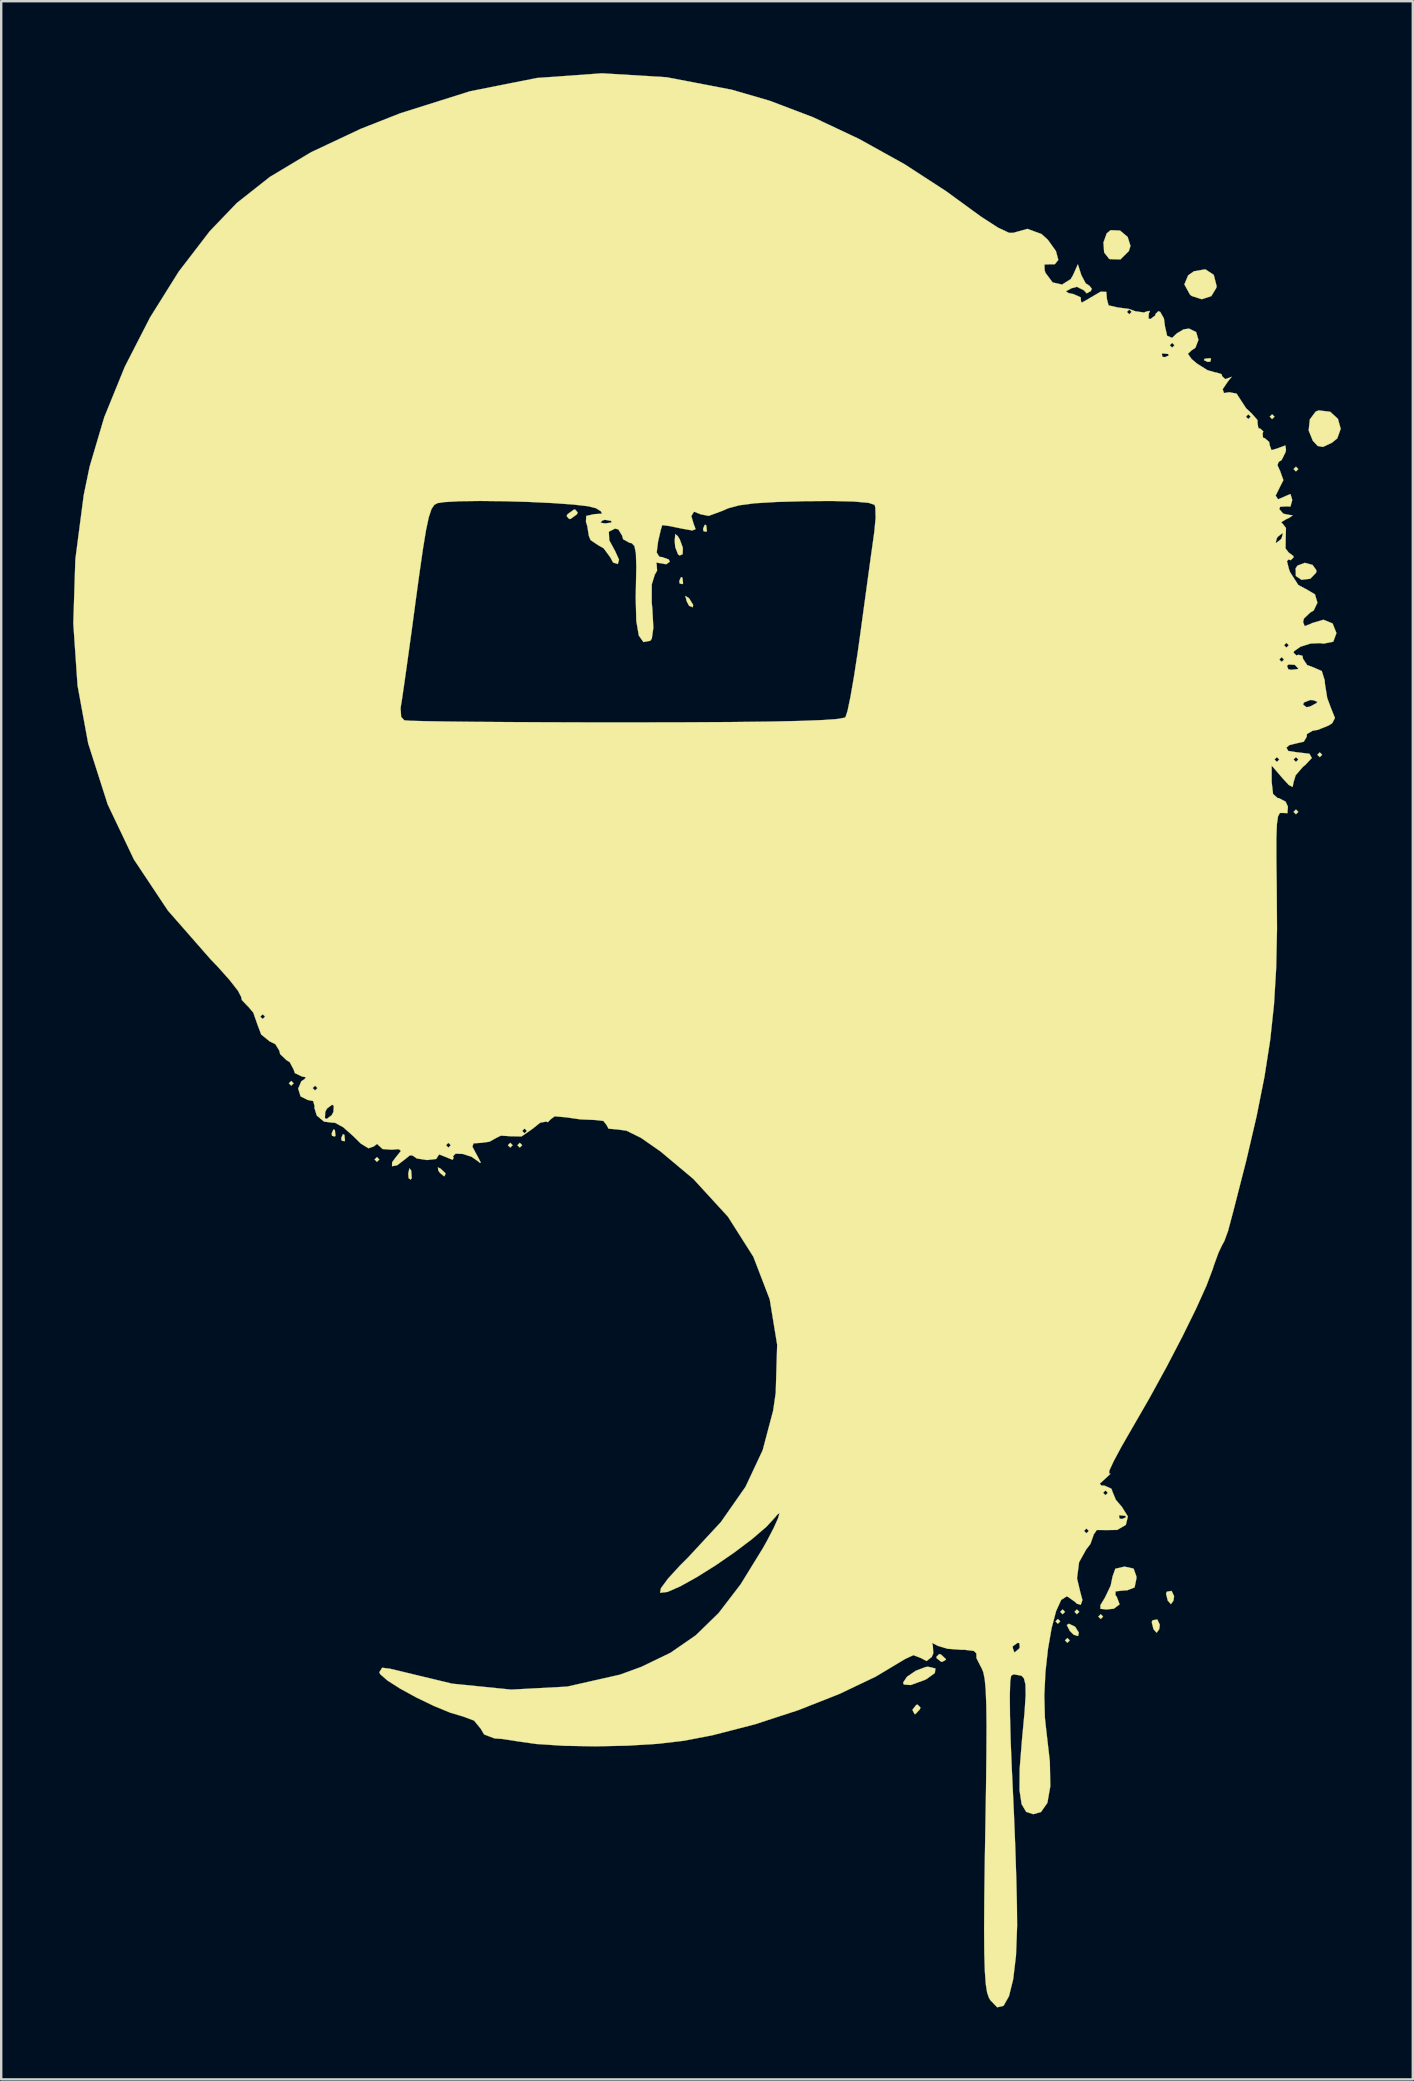
<source format=kicad_pcb>
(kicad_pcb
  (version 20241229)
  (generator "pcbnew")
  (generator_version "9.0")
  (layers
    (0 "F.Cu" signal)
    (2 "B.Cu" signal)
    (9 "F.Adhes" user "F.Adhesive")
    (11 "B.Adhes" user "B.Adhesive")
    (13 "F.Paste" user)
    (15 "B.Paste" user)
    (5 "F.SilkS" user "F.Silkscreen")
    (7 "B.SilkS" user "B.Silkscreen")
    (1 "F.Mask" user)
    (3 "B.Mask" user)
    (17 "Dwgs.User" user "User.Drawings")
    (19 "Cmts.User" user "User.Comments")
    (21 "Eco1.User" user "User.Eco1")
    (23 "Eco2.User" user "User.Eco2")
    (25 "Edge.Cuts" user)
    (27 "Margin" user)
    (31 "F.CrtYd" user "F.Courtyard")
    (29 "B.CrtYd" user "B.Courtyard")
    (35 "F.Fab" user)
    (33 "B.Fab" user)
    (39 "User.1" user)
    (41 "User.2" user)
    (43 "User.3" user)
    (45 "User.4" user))
  (footprint "discord"
    (layer "F.Cu")
    (at 10.774 37.036)
    (property "Reference" "discord" (at 0 0 0) (layer "F.SilkS") (effects (font (size 1.524 1.524) (thickness 0.3))))
    (attr through_hole)
    (fp_poly (pts (xy -1.587 5.06) (xy -1.687 5.159) (xy -1.786 5.06) (xy -1.687 4.961) (xy -1.587 5.06)) (stroke (width 0.01) (type solid)) (fill yes) (layer "F.SilkS"))
    (fp_poly (pts (xy 1.984 8.235) (xy 1.885 8.334) (xy 1.786 8.235) (xy 1.885 8.136) (xy 1.984 8.235)) (stroke (width 0.01) (type solid)) (fill yes) (layer "F.SilkS"))
    (fp_poly (pts (xy 7.541 7.64) (xy 7.441 7.739) (xy 7.342 7.64) (xy 7.441 7.541) (xy 7.541 7.64)) (stroke (width 0.01) (type solid)) (fill yes) (layer "F.SilkS"))
    (fp_poly (pts (xy 7.938 7.64) (xy 7.838 7.739) (xy 7.739 7.64) (xy 7.838 7.541) (xy 7.938 7.64)) (stroke (width 0.01) (type solid)) (fill yes) (layer "F.SilkS"))
    (fp_poly (pts (xy 30.361 27.484) (xy 30.262 27.583) (xy 30.163 27.484) (xy 30.262 27.384) (xy 30.361 27.484)) (stroke (width 0.01) (type solid)) (fill yes) (layer "F.SilkS"))
    (fp_poly (pts (xy 30.559 27.087) (xy 30.46 27.186) (xy 30.361 27.087) (xy 30.46 26.988) (xy 30.559 27.087)) (stroke (width 0.01) (type solid)) (fill yes) (layer "F.SilkS"))
    (fp_poly (pts (xy 30.758 28.277) (xy 30.659 28.377) (xy 30.559 28.277) (xy 30.659 28.178) (xy 30.758 28.277)) (stroke (width 0.01) (type solid)) (fill yes) (layer "F.SilkS"))
    (fp_poly (pts (xy 31.155 27.087) (xy 31.055 27.186) (xy 30.956 27.087) (xy 31.055 26.988) (xy 31.155 27.087)) (stroke (width 0.01) (type solid)) (fill yes) (layer "F.SilkS"))
    (fp_poly (pts (xy 32.147 27.285) (xy 32.048 27.384) (xy 31.948 27.285) (xy 32.048 27.186) (xy 32.147 27.285)) (stroke (width 0.01) (type solid)) (fill yes) (layer "F.SilkS"))
    (fp_poly (pts (xy 39.291 -22.721) (xy 39.191 -22.622) (xy 39.092 -22.721) (xy 39.191 -22.82) (xy 39.291 -22.721)) (stroke (width 0.01) (type solid)) (fill yes) (layer "F.SilkS"))
    (fp_poly (pts (xy 40.283 -20.538) (xy 40.184 -20.439) (xy 40.084 -20.538) (xy 40.184 -20.637) (xy 40.283 -20.538)) (stroke (width 0.01) (type solid)) (fill yes) (layer "F.SilkS"))
    (fp_poly (pts (xy 40.283 -6.251) (xy 40.184 -6.152) (xy 40.084 -6.251) (xy 40.184 -6.35) (xy 40.283 -6.251)) (stroke (width 0.01) (type solid)) (fill yes) (layer "F.SilkS"))
    (fp_poly (pts (xy 41.275 -8.632) (xy 41.176 -8.533) (xy 41.077 -8.632) (xy 41.176 -8.731) (xy 41.275 -8.632)) (stroke (width 0.01) (type solid)) (fill yes) (layer "F.SilkS"))
    (fp_poly (pts (xy 0.132 7.011) (xy 0.156 7.247) (xy 0.132 7.276) (xy 0.014 7.249) (xy 0 7.144) (xy 0.073 6.98) (xy 0.132 7.011)) (stroke (width 0.01) (type solid)) (fill yes) (layer "F.SilkS"))
    (fp_poly (pts (xy 0.529 7.21) (xy 0.553 7.445) (xy 0.529 7.474) (xy 0.411 7.447) (xy 0.397 7.342) (xy 0.469 7.179) (xy 0.529 7.21)) (stroke (width 0.01) (type solid)) (fill yes) (layer "F.SilkS"))
    (fp_poly (pts (xy 3.311 8.694) (xy 3.334 9.004) (xy 3.295 9.074) (xy 3.205 9.015) (xy 3.191 8.814) (xy 3.239 8.602) (xy 3.311 8.694)) (stroke (width 0.01) (type solid)) (fill yes) (layer "F.SilkS"))
    (fp_poly (pts (xy 14.618 -16.007) (xy 14.642 -15.772) (xy 14.618 -15.743) (xy 14.5 -15.77) (xy 14.486 -15.875) (xy 14.559 -16.038) (xy 14.618 -16.007)) (stroke (width 0.01) (type solid)) (fill yes) (layer "F.SilkS"))
    (fp_poly (pts (xy 15.61 -18.19) (xy 15.634 -17.955) (xy 15.61 -17.926) (xy 15.492 -17.953) (xy 15.478 -18.058) (xy 15.551 -18.221) (xy 15.61 -18.19)) (stroke (width 0.01) (type solid)) (fill yes) (layer "F.SilkS"))
    (fp_poly (pts (xy 36.645 -25.135) (xy 36.618 -25.017) (xy 36.513 -25.003) (xy 36.349 -25.076) (xy 36.38 -25.135) (xy 36.616 -25.159) (xy 36.645 -25.135)) (stroke (width 0.01) (type solid)) (fill yes) (layer "F.SilkS"))
    (fp_poly (pts (xy 4.533 8.613) (xy 4.746 8.813) (xy 4.703 8.928) (xy 4.675 8.93) (xy 4.507 8.789) (xy 4.446 8.701) (xy 4.423 8.565) (xy 4.533 8.613)) (stroke (width 0.01) (type solid)) (fill yes) (layer "F.SilkS"))
    (fp_poly (pts (xy 14.881 -15.16) (xy 14.907 -15.134) (xy 15.064 -14.874) (xy 15.043 -14.778) (xy 14.895 -14.838) (xy 14.796 -15.023) (xy 14.736 -15.255) (xy 14.881 -15.16)) (stroke (width 0.01) (type solid)) (fill yes) (layer "F.SilkS"))
    (fp_poly (pts (xy 30.982 27.707) (xy 31.135 27.953) (xy 31.104 28.097) (xy 30.924 28.043) (xy 30.762 27.885) (xy 30.634 27.636) (xy 30.722 27.583) (xy 30.982 27.707)) (stroke (width 0.01) (type solid)) (fill yes) (layer "F.SilkS"))
    (fp_poly (pts (xy 34.51 27.624) (xy 34.486 27.809) (xy 34.377 27.958) (xy 34.247 27.808) (xy 34.174 27.516) (xy 34.211 27.437) (xy 34.407 27.405) (xy 34.51 27.624)) (stroke (width 0.01) (type solid)) (fill yes) (layer "F.SilkS"))
    (fp_poly (pts (xy 35.106 26.434) (xy 35.081 26.618) (xy 34.972 26.767) (xy 34.842 26.617) (xy 34.769 26.325) (xy 34.806 26.247) (xy 35.002 26.214) (xy 35.106 26.434)) (stroke (width 0.01) (type solid)) (fill yes) (layer "F.SilkS"))
    (fp_poly (pts (xy 10.251 -18.729) (xy 10.22 -18.653) (xy 9.957 -18.462) (xy 9.898 -18.455) (xy 9.791 -18.577) (xy 9.823 -18.653) (xy 10.086 -18.844) (xy 10.144 -18.852) (xy 10.251 -18.729)) (stroke (width 0.01) (type solid)) (fill yes) (layer "F.SilkS"))
    (fp_poly (pts (xy 24.538 31.078) (xy 24.507 31.155) (xy 24.329 31.344) (xy 24.297 31.353) (xy 24.212 31.2) (xy 24.209 31.155) (xy 24.362 30.964) (xy 24.42 30.956) (xy 24.538 31.078)) (stroke (width 0.01) (type solid)) (fill yes) (layer "F.SilkS"))
    (fp_poly (pts (xy 25.4 28.873) (xy 25.589 29.051) (xy 25.598 29.083) (xy 25.445 29.168) (xy 25.4 29.17) (xy 25.209 29.018) (xy 25.202 28.96) (xy 25.323 28.842) (xy 25.4 28.873)) (stroke (width 0.01) (type solid)) (fill yes) (layer "F.SilkS"))
    (fp_poly (pts (xy 14.426 -17.737) (xy 14.506 -17.604) (xy 14.633 -17.258) (xy 14.625 -16.991) (xy 14.499 -16.936) (xy 14.432 -16.987) (xy 14.316 -17.286) (xy 14.294 -17.545) (xy 14.318 -17.83) (xy 14.426 -17.737)) (stroke (width 0.01) (type solid)) (fill yes) (layer "F.SilkS"))
    (fp_poly (pts (xy 40.876 -16.543) (xy 41.039 -16.317) (xy 41.027 -16.222) (xy 40.781 -15.967) (xy 40.419 -15.923) (xy 40.18 -16.08) (xy 40.171 -16.401) (xy 40.247 -16.514) (xy 40.553 -16.63) (xy 40.876 -16.543)) (stroke (width 0.01) (type solid)) (fill yes) (layer "F.SilkS"))
    (fp_poly (pts (xy 25.161 29.447) (xy 25.134 29.639) (xy 24.792 29.886) (xy 24.696 29.932) (xy 24.131 30.137) (xy 23.843 30.116) (xy 23.812 30.036) (xy 23.974 29.792) (xy 24.344 29.54) (xy 24.755 29.386) (xy 24.854 29.375) (xy 25.161 29.447)) (stroke (width 0.01) (type solid)) (fill yes) (layer "F.SilkS"))
    (fp_poly (pts (xy 32.854 -30.477) (xy 33.17 -30.213) (xy 33.288 -29.838) (xy 33.221 -29.625) (xy 32.869 -29.275) (xy 32.437 -29.287) (xy 32.395 -29.303) (xy 32.191 -29.564) (xy 32.162 -29.981) (xy 32.299 -30.362) (xy 32.46 -30.494) (xy 32.854 -30.477)) (stroke (width 0.01) (type solid)) (fill yes) (layer "F.SilkS"))
    (fp_poly (pts (xy 36.759 -28.631) (xy 36.877 -28.166) (xy 36.869 -28.096) (xy 36.656 -27.744) (xy 36.256 -27.616) (xy 35.835 -27.753) (xy 35.766 -27.813) (xy 35.534 -28.234) (xy 35.693 -28.612) (xy 35.93 -28.78) (xy 36.406 -28.863) (xy 36.759 -28.631)) (stroke (width 0.01) (type solid)) (fill yes) (layer "F.SilkS"))
    (fp_poly (pts (xy 41.613 -22.925) (xy 41.935 -22.628) (xy 42.049 -22.216) (xy 41.906 -21.815) (xy 41.685 -21.637) (xy 41.31 -21.461) (xy 41.091 -21.5) (xy 40.887 -21.718) (xy 40.714 -22.147) (xy 40.764 -22.608) (xy 41.004 -22.932) (xy 41.136 -22.983) (xy 41.613 -22.925)) (stroke (width 0.01) (type solid)) (fill yes) (layer "F.SilkS"))
    (fp_poly (pts (xy 33.417 25.284) (xy 33.534 25.606) (xy 33.536 25.698) (xy 33.459 26.069) (xy 33.149 26.19) (xy 33.016 26.194) (xy 32.668 26.233) (xy 32.658 26.382) (xy 32.716 26.46) (xy 32.835 26.774) (xy 32.596 26.955) (xy 32.289 26.988) (xy 32.035 26.96) (xy 32.037 26.804) (xy 32.223 26.498) (xy 32.462 26) (xy 32.544 25.605) (xy 32.657 25.29) (xy 33.04 25.202) (xy 33.417 25.284)) (stroke (width 0.01) (type solid)) (fill yes) (layer "F.SilkS"))
    (fp_poly (pts (xy 13.957 -36.867) (xy 16.669 -36.347) (xy 18.256 -35.886) (xy 20.055 -35.202) (xy 21.974 -34.297) (xy 23.869 -33.245) (xy 25.597 -32.123) (xy 26.062 -31.784) (xy 27.054 -31.061) (xy 27.77 -30.598) (xy 28.225 -30.385) (xy 28.409 -30.385) (xy 28.993 -30.548) (xy 29.578 -30.334) (xy 29.842 -30.097) (xy 30.182 -29.621) (xy 30.281 -29.254) (xy 30.131 -29.071) (xy 29.951 -29.074) (xy 29.702 -29.062) (xy 29.713 -28.815) (xy 29.749 -28.71) (xy 30.043 -28.316) (xy 30.438 -28.227) (xy 30.797 -28.453) (xy 30.892 -28.615) (xy 31.096 -29.071) (xy 31.238 -28.625) (xy 31.421 -28.278) (xy 31.577 -28.178) (xy 31.677 -28.053) (xy 31.638 -27.959) (xy 31.463 -27.86) (xy 31.348 -27.987) (xy 31.055 -28.134) (xy 30.827 -28.073) (xy 30.593 -27.943) (xy 30.716 -27.869) (xy 30.91 -27.831) (xy 31.215 -27.694) (xy 31.224 -27.534) (xy 31.261 -27.475) (xy 31.536 -27.629) (xy 31.563 -27.648) (xy 32.044 -27.93) (xy 32.282 -27.921) (xy 32.304 -27.632) (xy 32.375 -27.36) (xy 32.747 -27.275) (xy 33.23 -27.21) (xy 33.491 -27.114) (xy 33.853 -27.062) (xy 33.963 -27.106) (xy 34.099 -27.129) (xy 34.051 -27.018) (xy 34.04 -26.814) (xy 34.12 -26.789) (xy 34.322 -26.941) (xy 34.33 -26.999) (xy 34.451 -27.118) (xy 34.528 -27.087) (xy 34.682 -26.813) (xy 34.727 -26.48) (xy 34.816 -26.09) (xy 35.025 -26.006) (xy 35.223 -26.194) (xy 35.503 -26.36) (xy 35.73 -26.392) (xy 36.026 -26.246) (xy 36.12 -25.922) (xy 35.995 -25.594) (xy 35.818 -25.472) (xy 35.681 -25.342) (xy 35.839 -25.119) (xy 36.061 -24.933) (xy 36.495 -24.66) (xy 36.832 -24.562) (xy 36.855 -24.566) (xy 37.085 -24.49) (xy 37.108 -24.405) (xy 37.238 -24.286) (xy 37.356 -24.326) (xy 37.505 -24.385) (xy 37.366 -24.209) (xy 37.356 -24.199) (xy 37.13 -23.866) (xy 37.184 -23.705) (xy 37.404 -23.74) (xy 37.71 -23.682) (xy 37.837 -23.486) (xy 38.111 -23.067) (xy 38.338 -22.856) (xy 38.579 -22.582) (xy 38.588 -22.41) (xy 38.622 -22.238) (xy 38.695 -22.225) (xy 38.825 -22.104) (xy 38.795 -22.027) (xy 38.81 -21.844) (xy 38.882 -21.828) (xy 39.067 -21.667) (xy 39.092 -21.523) (xy 39.166 -21.325) (xy 39.448 -21.409) (xy 39.47 -21.421) (xy 39.743 -21.522) (xy 39.77 -21.339) (xy 39.744 -21.229) (xy 39.586 -20.91) (xy 39.464 -20.836) (xy 39.414 -20.699) (xy 39.525 -20.455) (xy 39.66 -20.076) (xy 39.498 -19.756) (xy 39.338 -19.43) (xy 39.439 -19.278) (xy 39.73 -19.4) (xy 39.74 -19.408) (xy 39.955 -19.497) (xy 40.03 -19.25) (xy 39.955 -18.976) (xy 39.774 -18.983) (xy 39.527 -18.967) (xy 39.489 -18.873) (xy 39.653 -18.68) (xy 39.836 -18.639) (xy 40.049 -18.607) (xy 39.905 -18.507) (xy 39.787 -18.455) (xy 39.566 -18.32) (xy 39.621 -18.27) (xy 39.768 -18.085) (xy 39.757 -17.661) (xy 39.75 -17.231) (xy 39.874 -17.066) (xy 40.076 -16.914) (xy 40.084 -16.855) (xy 39.962 -16.739) (xy 39.879 -16.772) (xy 39.809 -16.701) (xy 39.895 -16.361) (xy 39.942 -16.238) (xy 40.283 -15.706) (xy 40.644 -15.514) (xy 40.977 -15.316) (xy 41.079 -14.968) (xy 40.924 -14.644) (xy 40.779 -14.558) (xy 40.515 -14.307) (xy 40.481 -14.165) (xy 40.547 -13.991) (xy 40.808 -14.092) (xy 40.852 -14.119) (xy 41.33 -14.258) (xy 41.711 -14.104) (xy 41.87 -13.708) (xy 41.87 -13.698) (xy 41.738 -13.342) (xy 41.33 -13.263) (xy 41.189 -13.284) (xy 40.792 -13.267) (xy 40.372 -13.134) (xy 40.107 -12.948) (xy 40.084 -12.883) (xy 40.206 -12.768) (xy 40.283 -12.799) (xy 40.455 -12.757) (xy 40.481 -12.626) (xy 40.65 -12.371) (xy 40.928 -12.267) (xy 41.261 -12.121) (xy 41.382 -11.736) (xy 41.389 -11.609) (xy 41.488 -10.994) (xy 41.659 -10.538) (xy 41.809 -10.167) (xy 41.698 -9.949) (xy 41.546 -9.851) (xy 41.103 -9.671) (xy 40.878 -9.632) (xy 40.643 -9.496) (xy 40.63 -9.376) (xy 40.509 -9.175) (xy 40.295 -9.128) (xy 39.915 -9.037) (xy 39.787 -8.93) (xy 39.864 -8.789) (xy 40.25 -8.731) (xy 40.271 -8.731) (xy 40.747 -8.673) (xy 40.845 -8.497) (xy 40.565 -8.199) (xy 40.481 -8.136) (xy 40.171 -7.775) (xy 40.084 -7.486) (xy 40.045 -7.29) (xy 39.886 -7.371) (xy 39.628 -7.652) (xy 39.172 -8.183) (xy 39.172 -7.494) (xy 39.23 -6.996) (xy 39.422 -6.826) (xy 39.472 -6.825) (xy 39.753 -6.678) (xy 39.849 -6.47) (xy 39.83 -6.198) (xy 39.629 -6.208) (xy 39.516 -6.207) (xy 39.438 -6.067) (xy 39.39 -5.736) (xy 39.368 -5.161) (xy 39.368 -4.289) (xy 39.382 -3.211) (xy 39.395 -1.383) (xy 39.36 0.255) (xy 39.269 1.779) (xy 39.109 3.268) (xy 38.87 4.798) (xy 38.541 6.446) (xy 38.111 8.29) (xy 37.569 10.407) (xy 37.355 11.212) (xy 37.2 11.636) (xy 37.105 11.807) (xy 36.959 12.112) (xy 36.771 12.628) (xy 36.717 12.799) (xy 36.454 13.495) (xy 36.021 14.454) (xy 35.456 15.603) (xy 34.798 16.867) (xy 34.083 18.172) (xy 33.358 19.429) (xy 32.916 20.196) (xy 32.588 20.808) (xy 32.405 21.205) (xy 32.398 21.327) (xy 32.401 21.325) (xy 32.456 21.334) (xy 32.258 21.516) (xy 32.009 21.745) (xy 32.072 21.822) (xy 32.208 21.828) (xy 32.495 21.957) (xy 32.544 22.095) (xy 32.68 22.421) (xy 32.929 22.711) (xy 33.18 23.113) (xy 33.094 23.464) (xy 32.733 23.673) (xy 32.312 23.679) (xy 31.885 23.676) (xy 31.75 23.872) (xy 31.75 23.886) (xy 31.619 24.257) (xy 31.439 24.492) (xy 31.146 25.02) (xy 31.06 25.689) (xy 31.195 26.26) (xy 31.285 26.594) (xy 31.216 26.794) (xy 31.043 26.742) (xy 30.995 26.684) (xy 30.683 26.463) (xy 30.623 26.446) (xy 30.401 26.589) (xy 30.19 27.052) (xy 30.002 27.759) (xy 29.85 28.633) (xy 29.744 29.598) (xy 29.697 30.577) (xy 29.721 31.494) (xy 29.77 31.951) (xy 29.928 33.331) (xy 29.947 34.357) (xy 29.825 35.049) (xy 29.558 35.429) (xy 29.237 35.52) (xy 28.941 35.422) (xy 28.751 35.101) (xy 28.664 34.516) (xy 28.671 33.627) (xy 28.769 32.394) (xy 28.778 32.3) (xy 28.875 31.265) (xy 28.92 30.557) (xy 28.912 30.111) (xy 28.849 29.861) (xy 28.749 29.75) (xy 28.425 29.69) (xy 28.315 29.748) (xy 28.276 29.987) (xy 28.26 30.561) (xy 28.267 31.409) (xy 28.295 32.469) (xy 28.345 33.682) (xy 28.363 34.046) (xy 28.429 35.447) (xy 28.486 36.861) (xy 28.529 38.187) (xy 28.556 39.322) (xy 28.564 40.164) (xy 28.564 40.174) (xy 28.517 41.413) (xy 28.4 42.399) (xy 28.224 43.106) (xy 27.998 43.505) (xy 27.735 43.568) (xy 27.446 43.268) (xy 27.389 43.17) (xy 27.315 42.955) (xy 27.258 42.599) (xy 27.219 42.063) (xy 27.196 41.308) (xy 27.189 40.296) (xy 27.197 38.987) (xy 27.219 37.343) (xy 27.238 36.241) (xy 27.268 34.432) (xy 27.285 32.978) (xy 27.29 31.839) (xy 27.28 30.973) (xy 27.255 30.339) (xy 27.214 29.896) (xy 27.155 29.603) (xy 27.078 29.419) (xy 27.059 29.389) (xy 26.872 29.02) (xy 26.864 28.813) (xy 26.756 28.715) (xy 26.367 28.668) (xy 26.23 28.668) (xy 25.665 28.625) (xy 25.498 28.575) (xy 28.377 28.575) (xy 28.444 28.768) (xy 28.464 28.773) (xy 28.633 28.634) (xy 28.674 28.575) (xy 28.658 28.392) (xy 28.587 28.377) (xy 28.385 28.521) (xy 28.377 28.575) (xy 25.498 28.575) (xy 25.247 28.5) (xy 25.213 28.479) (xy 25.017 28.379) (xy 25.051 28.485) (xy 25.07 28.817) (xy 25.005 28.969) (xy 24.79 29.138) (xy 24.558 29.014) (xy 24.242 28.892) (xy 23.898 29.051) (xy 22.668 29.788) (xy 21.146 30.513) (xy 19.434 31.187) (xy 17.636 31.774) (xy 15.855 32.233) (xy 14.684 32.458) (xy 13.595 32.586) (xy 12.322 32.664) (xy 10.979 32.692) (xy 9.681 32.669) (xy 8.541 32.596) (xy 7.675 32.473) (xy 7.64 32.465) (xy 7.106 32.384) (xy 6.778 32.36) (xy 6.35 32.195) (xy 6.212 31.96) (xy 5.932 31.619) (xy 5.486 31.452) (xy 4.941 31.29) (xy 4.259 31.009) (xy 3.533 30.659) (xy 2.856 30.289) (xy 2.32 29.947) (xy 2.019 29.683) (xy 1.984 29.604) (xy 2.103 29.416) (xy 2.431 29.458) (xy 5.019 30.08) (xy 7.48 30.328) (xy 9.81 30.203) (xy 12.008 29.706) (xy 12.905 29.379) (xy 14.119 28.793) (xy 15.173 28.064) (xy 16.127 27.134) (xy 17.04 25.943) (xy 17.97 24.433) (xy 18.127 24.153) (xy 18.357 23.713) (xy 31.353 23.713) (xy 31.452 23.812) (xy 31.552 23.713) (xy 31.452 23.614) (xy 31.353 23.713) (xy 18.357 23.713) (xy 18.419 23.594) (xy 18.605 23.18) (xy 18.631 23.085) (xy 32.808 23.085) (xy 32.836 23.203) (xy 32.941 23.217) (xy 33.104 23.145) (xy 33.073 23.085) (xy 32.837 23.061) (xy 32.808 23.085) (xy 18.631 23.085) (xy 18.662 22.973) (xy 18.567 23.036) (xy 18.501 23.122) (xy 18.114 23.543) (xy 17.519 24.053) (xy 16.79 24.604) (xy 16 25.148) (xy 15.221 25.637) (xy 14.528 26.023) (xy 13.993 26.257) (xy 13.691 26.292) (xy 13.684 26.288) (xy 13.721 26.101) (xy 14.014 25.704) (xy 14.52 25.151) (xy 14.842 24.831) (xy 16.219 23.345) (xy 17.071 22.126) (xy 32.147 22.126) (xy 32.246 22.225) (xy 32.345 22.126) (xy 32.246 22.027) (xy 32.147 22.126) (xy 17.071 22.126) (xy 17.246 21.875) (xy 17.96 20.351) (xy 18.396 18.705) (xy 18.504 17.964) (xy 18.564 15.953) (xy 18.254 14.063) (xy 17.572 12.288) (xy 16.512 10.618) (xy 15.071 9.046) (xy 13.705 7.901) (xy 12.885 7.331) (xy 12.284 7.035) (xy 11.915 6.984) (xy 11.537 6.951) (xy 11.457 6.803) (xy 11.324 6.63) (xy 10.961 6.588) (xy 10.361 6.563) (xy 9.773 6.478) (xy 9.293 6.436) (xy 9.128 6.557) (xy 9.008 6.682) (xy 8.942 6.655) (xy 8.689 6.701) (xy 8.358 6.965) (xy 7.91 7.275) (xy 7.466 7.267) (xy 7.051 7.241) (xy 6.847 7.341) (xy 6.573 7.495) (xy 6.234 7.541) (xy 5.911 7.562) (xy 5.862 7.7) (xy 6.054 8.061) (xy 6.069 8.086) (xy 6.214 8.367) (xy 6.162 8.368) (xy 6.123 8.327) (xy 5.833 8.124) (xy 5.47 8.005) (xy 5.165 7.991) (xy 5.053 8.101) (xy 5.08 8.168) (xy 5.039 8.248) (xy 4.763 8.136) (xy 4.477 8.023) (xy 4.435 8.087) (xy 4.352 8.214) (xy 3.983 8.257) (xy 3.963 8.256) (xy 3.547 8.193) (xy 3.374 8.072) (xy 3.374 8.072) (xy 3.26 8.06) (xy 3.062 8.221) (xy 2.724 8.478) (xy 2.514 8.516) (xy 2.518 8.35) (xy 2.665 8.152) (xy 2.886 7.877) (xy 2.791 7.803) (xy 2.497 7.827) (xy 2.119 7.799) (xy 1.984 7.672) (xy 1.95 7.64) (xy 4.763 7.64) (xy 4.862 7.739) (xy 4.961 7.64) (xy 4.862 7.541) (xy 4.763 7.64) (xy 1.95 7.64) (xy 1.89 7.585) (xy 1.753 7.692) (xy 1.533 7.768) (xy 1.217 7.576) (xy 0.906 7.27) (xy 0.653 7.045) (xy 7.938 7.045) (xy 8.037 7.144) (xy 8.136 7.045) (xy 8.037 6.945) (xy 7.938 7.045) (xy 0.653 7.045) (xy 0.484 6.894) (xy 0.136 6.704) (xy 0.039 6.701) (xy -0.318 6.658) (xy -0.498 6.507) (xy -0.284 6.507) (xy -0.213 6.548) (xy -0.002 6.391) (xy 0.072 6.251) (xy 0.086 5.995) (xy 0.015 5.953) (xy -0.196 6.111) (xy -0.27 6.251) (xy -0.284 6.507) (xy -0.498 6.507) (xy -0.624 6.402) (xy -0.724 6.073) (xy -0.71 6.021) (xy -0.772 5.801) (xy -0.998 5.755) (xy -1.297 5.606) (xy -1.396 5.284) (xy -1.386 5.259) (xy -0.794 5.259) (xy -0.695 5.358) (xy -0.595 5.259) (xy -0.695 5.159) (xy -0.794 5.259) (xy -1.386 5.259) (xy -1.266 4.974) (xy -1.141 4.894) (xy -1.071 4.807) (xy -1.24 4.778) (xy -1.535 4.635) (xy -1.587 4.486) (xy -1.748 4.18) (xy -1.885 4.095) (xy -2.149 3.843) (xy -2.183 3.7) (xy -2.349 3.429) (xy -2.581 3.316) (xy -2.938 3.028) (xy -3.105 2.581) (xy -3.21 2.282) (xy -2.977 2.282) (xy -2.877 2.381) (xy -2.778 2.282) (xy -2.877 2.183) (xy -2.977 2.282) (xy -3.21 2.282) (xy -3.269 2.113) (xy -3.492 1.85) (xy -3.501 1.847) (xy -3.746 1.589) (xy -3.77 1.466) (xy -3.902 1.209) (xy -4.256 0.755) (xy -4.767 0.183) (xy -5.051 -0.112) (xy -6.826 -2.138) (xy -8.243 -4.268) (xy -9.337 -6.565) (xy -9.934 -8.434) (xy 39.291 -8.434) (xy 39.39 -8.334) (xy 39.489 -8.434) (xy 40.084 -8.434) (xy 40.184 -8.334) (xy 40.283 -8.434) (xy 40.184 -8.533) (xy 40.084 -8.434) (xy 39.489 -8.434) (xy 39.39 -8.533) (xy 39.291 -8.434) (xy -9.934 -8.434) (xy -10.145 -9.093) (xy -10.152 -9.123) (xy -10.421 -10.583) (xy 2.869 -10.583) (xy 2.894 -10.209) (xy 3.027 -10.067) (xy 3.271 -10.049) (xy 3.871 -10.032) (xy 4.785 -10.017) (xy 5.974 -10.004) (xy 7.396 -9.994) (xy 9.01 -9.986) (xy 10.776 -9.981) (xy 12.253 -9.98) (xy 14.629 -9.984) (xy 16.622 -9.995) (xy 18.248 -10.014) (xy 19.522 -10.042) (xy 20.457 -10.078) (xy 21.07 -10.123) (xy 21.375 -10.177) (xy 21.411 -10.199) (xy 21.497 -10.461) (xy 21.551 -10.722) (xy 40.481 -10.722) (xy 40.627 -10.613) (xy 40.779 -10.644) (xy 41.04 -10.785) (xy 41.077 -10.836) (xy 40.915 -10.905) (xy 40.779 -10.914) (xy 40.515 -10.81) (xy 40.481 -10.722) (xy 21.551 -10.722) (xy 21.619 -11.046) (xy 21.764 -11.884) (xy 21.835 -12.339) (xy 39.809 -12.339) (xy 39.868 -12.192) (xy 39.994 -12.171) (xy 40.253 -12.201) (xy 40.283 -12.225) (xy 40.135 -12.38) (xy 39.881 -12.394) (xy 39.809 -12.339) (xy 21.835 -12.339) (xy 21.875 -12.601) (xy 39.489 -12.601) (xy 39.588 -12.502) (xy 39.688 -12.601) (xy 39.588 -12.7) (xy 39.489 -12.601) (xy 21.875 -12.601) (xy 21.922 -12.904) (xy 21.963 -13.196) (xy 39.688 -13.196) (xy 39.787 -13.097) (xy 39.886 -13.196) (xy 39.787 -13.295) (xy 39.688 -13.196) (xy 21.963 -13.196) (xy 22.032 -13.692) (xy 22.192 -14.868) (xy 22.344 -15.98) (xy 22.475 -16.935) (xy 22.551 -17.475) (xy 39.339 -17.475) (xy 39.366 -17.462) (xy 39.548 -17.602) (xy 39.588 -17.661) (xy 39.639 -17.846) (xy 39.612 -17.859) (xy 39.431 -17.72) (xy 39.39 -17.661) (xy 39.339 -17.475) (xy 22.551 -17.475) (xy 22.574 -17.643) (xy 22.611 -17.906) (xy 22.668 -18.502) (xy 22.655 -18.939) (xy 22.623 -19.048) (xy 22.372 -19.131) (xy 21.762 -19.185) (xy 20.833 -19.208) (xy 19.732 -19.2) (xy 18.518 -19.166) (xy 17.628 -19.112) (xy 16.989 -19.028) (xy 16.529 -18.906) (xy 16.292 -18.802) (xy 15.711 -18.587) (xy 15.381 -18.652) (xy 15.098 -18.762) (xy 14.986 -18.58) (xy 15.083 -18.252) (xy 15.165 -18.035) (xy 15.028 -17.979) (xy 14.595 -18.056) (xy 14.536 -18.069) (xy 14.058 -18.166) (xy 13.789 -18.2) (xy 13.771 -18.196) (xy 13.712 -17.997) (xy 13.611 -17.564) (xy 13.6 -17.512) (xy 13.543 -17.062) (xy 13.653 -16.884) (xy 13.776 -16.867) (xy 14.05 -16.768) (xy 14.089 -16.675) (xy 13.939 -16.571) (xy 13.742 -16.607) (xy 13.523 -16.642) (xy 13.542 -16.57) (xy 13.56 -16.304) (xy 13.464 -16.137) (xy 13.338 -15.73) (xy 13.336 -14.991) (xy 13.363 -14.689) (xy 13.404 -13.923) (xy 13.34 -13.472) (xy 13.274 -13.381) (xy 12.991 -13.329) (xy 12.799 -13.597) (xy 12.694 -14.205) (xy 12.669 -15.175) (xy 12.677 -15.576) (xy 12.694 -16.464) (xy 12.677 -17.026) (xy 12.615 -17.332) (xy 12.499 -17.451) (xy 12.418 -17.462) (xy 12.145 -17.614) (xy 12.105 -17.76) (xy 11.946 -18.023) (xy 11.807 -18.058) (xy 11.548 -17.926) (xy 11.567 -17.57) (xy 11.809 -17.123) (xy 11.974 -16.761) (xy 11.923 -16.58) (xy 11.725 -16.643) (xy 11.613 -16.854) (xy 11.333 -17.236) (xy 11.102 -17.367) (xy 10.786 -17.581) (xy 10.716 -17.757) (xy 10.647 -18.179) (xy 10.607 -18.304) (xy 11.199 -18.304) (xy 11.394 -18.272) (xy 11.651 -18.308) (xy 11.654 -18.376) (xy 11.388 -18.424) (xy 11.274 -18.392) (xy 11.199 -18.304) (xy 10.607 -18.304) (xy 10.595 -18.339) (xy 10.607 -18.584) (xy 10.942 -18.659) (xy 11.268 -18.679) (xy 11.219 -18.777) (xy 11.013 -18.907) (xy 10.692 -18.988) (xy 10.062 -19.06) (xy 9.21 -19.121) (xy 8.224 -19.168) (xy 7.191 -19.198) (xy 6.199 -19.209) (xy 5.336 -19.198) (xy 4.689 -19.161) (xy 4.407 -19.118) (xy 4.273 -19.045) (xy 4.156 -18.866) (xy 4.046 -18.534) (xy 3.931 -17.997) (xy 3.801 -17.204) (xy 3.643 -16.107) (xy 3.495 -15.016) (xy 3.328 -13.775) (xy 3.172 -12.647) (xy 3.039 -11.7) (xy 2.937 -11) (xy 2.875 -10.614) (xy 2.869 -10.583) (xy -10.421 -10.583) (xy -10.592 -11.517) (xy -10.769 -14.105) (xy -10.683 -16.783) (xy -10.335 -19.449) (xy -10.089 -20.637) (xy -9.479 -22.699) (xy -9.47 -22.721) (xy 38.1 -22.721) (xy 38.199 -22.622) (xy 38.298 -22.721) (xy 38.199 -22.82) (xy 38.1 -22.721) (xy -9.47 -22.721) (xy -8.623 -24.802) (xy -8.35 -25.334) (xy 34.594 -25.334) (xy 34.622 -25.216) (xy 34.727 -25.202) (xy 34.89 -25.274) (xy 34.859 -25.334) (xy 34.623 -25.358) (xy 34.594 -25.334) (xy -8.35 -25.334) (xy -8.164 -25.698) (xy 34.925 -25.698) (xy 35.024 -25.598) (xy 35.123 -25.698) (xy 35.024 -25.797) (xy 34.925 -25.698) (xy -8.164 -25.698) (xy -7.57 -26.856) (xy -7.426 -27.087) (xy 33.139 -27.087) (xy 33.238 -26.988) (xy 33.337 -27.087) (xy 33.238 -27.186) (xy 33.139 -27.087) (xy -7.426 -27.087) (xy -6.373 -28.77) (xy -5.08 -30.454) (xy -3.955 -31.626) (xy -2.574 -32.716) (xy -0.86 -33.742) (xy 1.209 -34.716) (xy 2.855 -35.365) (xy 5.759 -36.281) (xy 8.547 -36.836) (xy 11.265 -37.031) (xy 13.957 -36.867)) (stroke (width 0.01) (type solid)) (fill yes) (layer "F.SilkS")))
  (gr_rect
    (start -3 -3)
    (end 55.828 83.609)
    (stroke (width 0.1) (type default))
    (fill no)
    (layer "Edge.Cuts")))
</source>
